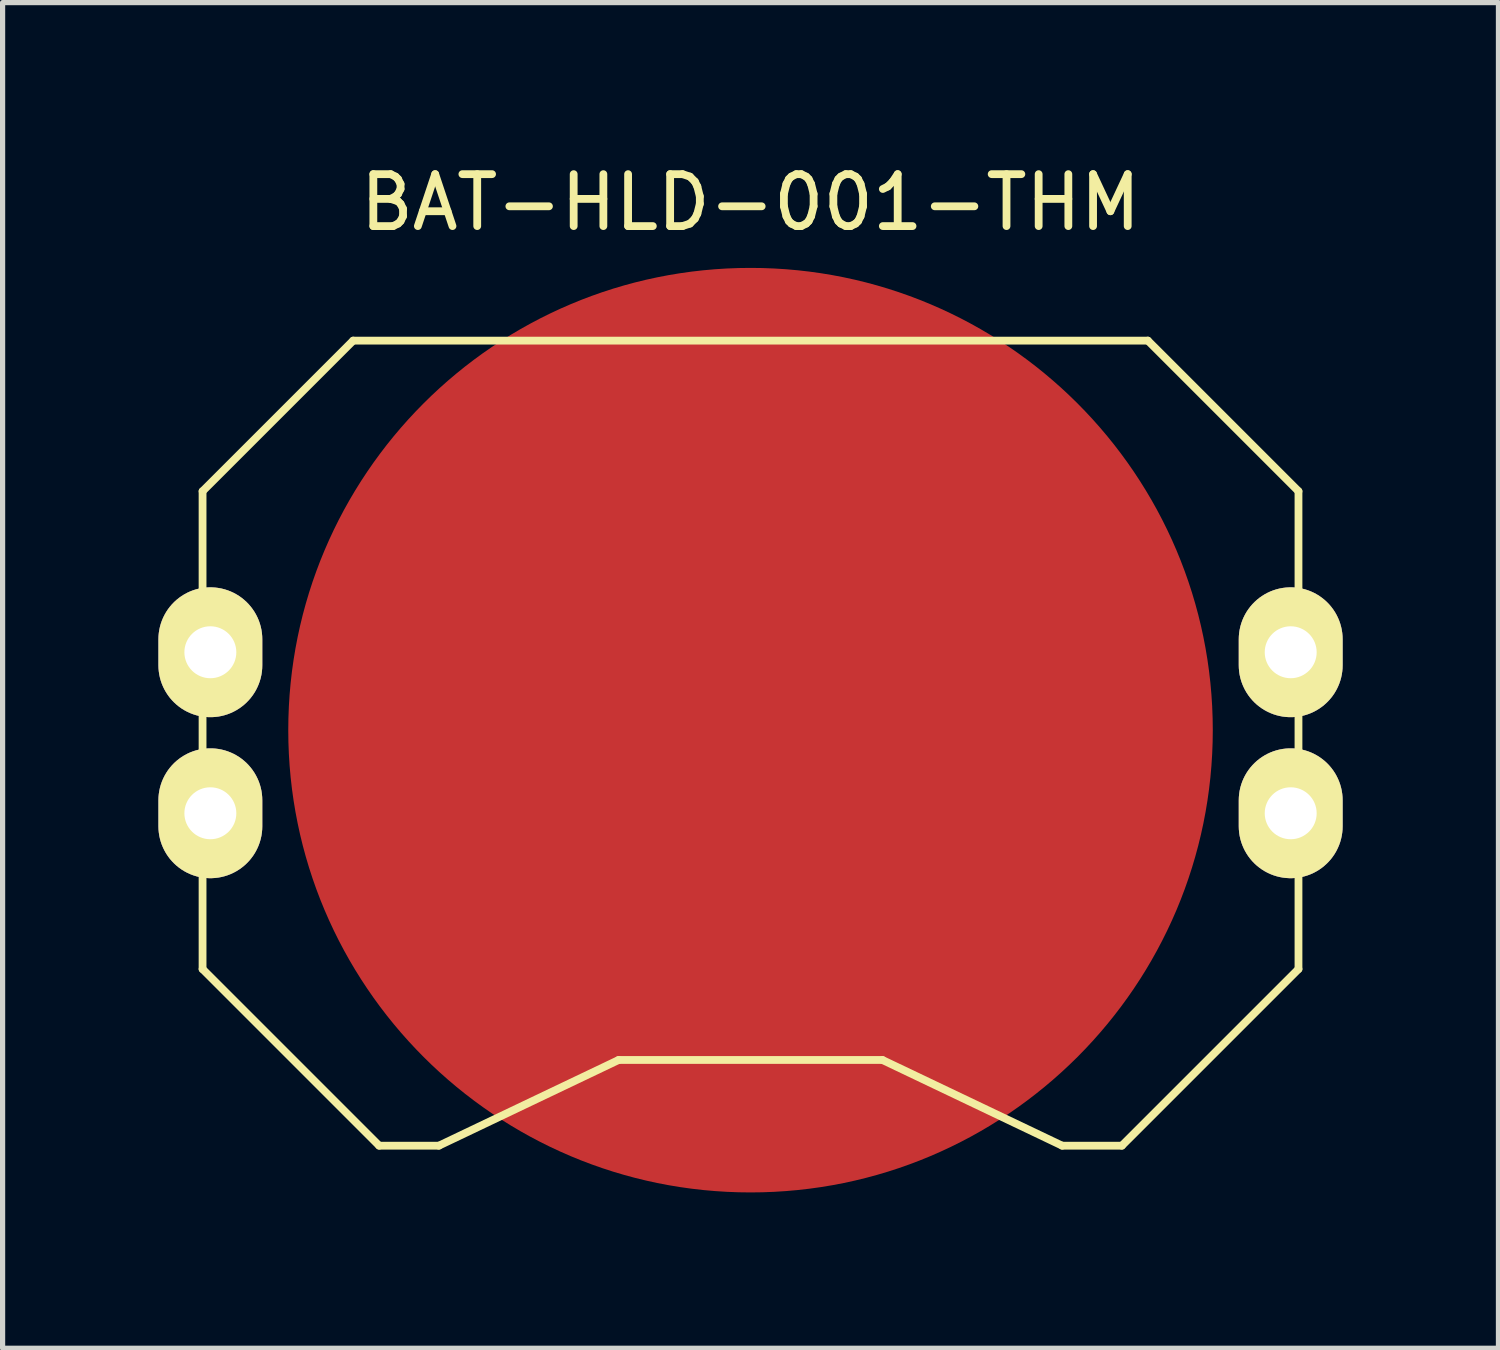
<source format=kicad_pcb>
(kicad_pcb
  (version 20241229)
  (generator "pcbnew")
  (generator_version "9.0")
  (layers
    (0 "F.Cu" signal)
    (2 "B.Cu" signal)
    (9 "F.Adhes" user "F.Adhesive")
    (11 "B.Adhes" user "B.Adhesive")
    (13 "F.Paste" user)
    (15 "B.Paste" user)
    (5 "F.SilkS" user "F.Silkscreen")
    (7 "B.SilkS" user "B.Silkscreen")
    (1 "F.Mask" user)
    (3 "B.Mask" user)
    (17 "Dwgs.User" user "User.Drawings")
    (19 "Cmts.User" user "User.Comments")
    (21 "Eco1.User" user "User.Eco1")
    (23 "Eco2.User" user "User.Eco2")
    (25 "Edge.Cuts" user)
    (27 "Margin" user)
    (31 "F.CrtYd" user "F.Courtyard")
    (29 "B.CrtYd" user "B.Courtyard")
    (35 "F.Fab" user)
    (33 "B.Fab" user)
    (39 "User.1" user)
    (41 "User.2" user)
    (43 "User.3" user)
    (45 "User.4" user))
  (footprint "BAT-HLD-001-THM"
    (layer "F.Cu")
    (at 11.4 11.008)
    (property "Reference" "BAT-HLD-001-THM" (at 0 -10.16 0) (layer "F.SilkS") (effects (font (size 1 1) (thickness 0.15))))
    (attr through_hole)
    (fp_line (start -10.55 -4.6) (end -7.65 -7.5) (stroke (width 0.15) (type solid)) (layer "F.SilkS"))
    (fp_line (start -10.55 4.6) (end -10.55 -4.6) (stroke (width 0.15) (type solid)) (layer "F.SilkS"))
    (fp_line (start -10.55 4.6) (end -7.15 8) (stroke (width 0.15) (type solid)) (layer "F.SilkS"))
    (fp_line (start -7.65 -7.5) (end 7.65 -7.5) (stroke (width 0.15) (type solid)) (layer "F.SilkS"))
    (fp_line (start -7.15 8) (end -6 8) (stroke (width 0.15) (type solid)) (layer "F.SilkS"))
    (fp_line (start -6 8) (end -2.54 6.35) (stroke (width 0.15) (type solid)) (layer "F.SilkS"))
    (fp_line (start -2.54 6.35) (end 2.54 6.35) (stroke (width 0.15) (type solid)) (layer "F.SilkS"))
    (fp_line (start 6 8) (end 2.54 6.35) (stroke (width 0.15) (type solid)) (layer "F.SilkS"))
    (fp_line (start 6 8) (end 7.15 8) (stroke (width 0.15) (type solid)) (layer "F.SilkS"))
    (fp_line (start 10.55 -4.6) (end 7.65 -7.5) (stroke (width 0.15) (type solid)) (layer "F.SilkS"))
    (fp_line (start 10.55 -4.6) (end 10.55 4.6) (stroke (width 0.15) (type solid)) (layer "F.SilkS"))
    (fp_line (start 10.55 4.6) (end 7.15 8) (stroke (width 0.15) (type solid)) (layer "F.SilkS"))
    (pad "1" thru_hole oval (at -10.4 -1.5) (size 2 2.5) (drill 1) (layers "*.Cu" "*.Mask" "F.SilkS"))
    (pad "1" thru_hole oval (at -10.4 1.6) (size 2 2.5) (drill 1) (layers "*.Cu" "*.Mask" "F.SilkS"))
    (pad "1" thru_hole oval (at 10.4 -1.5) (size 2 2.5) (drill 1) (layers "*.Cu" "*.Mask" "F.SilkS"))
    (pad "1" thru_hole oval (at 10.4 1.6) (size 2 2.5) (drill 1) (layers "*.Cu" "*.Mask" "F.SilkS"))
    (pad "2" connect circle (at 0 0) (size 17.8 17.8) (layers "F.Cu" "F.Mask")))
  (gr_rect
    (start -3 -3)
    (end 25.8 22.908)
    (stroke (width 0.1) (type default))
    (fill no)
    (layer "Edge.Cuts")))
</source>
